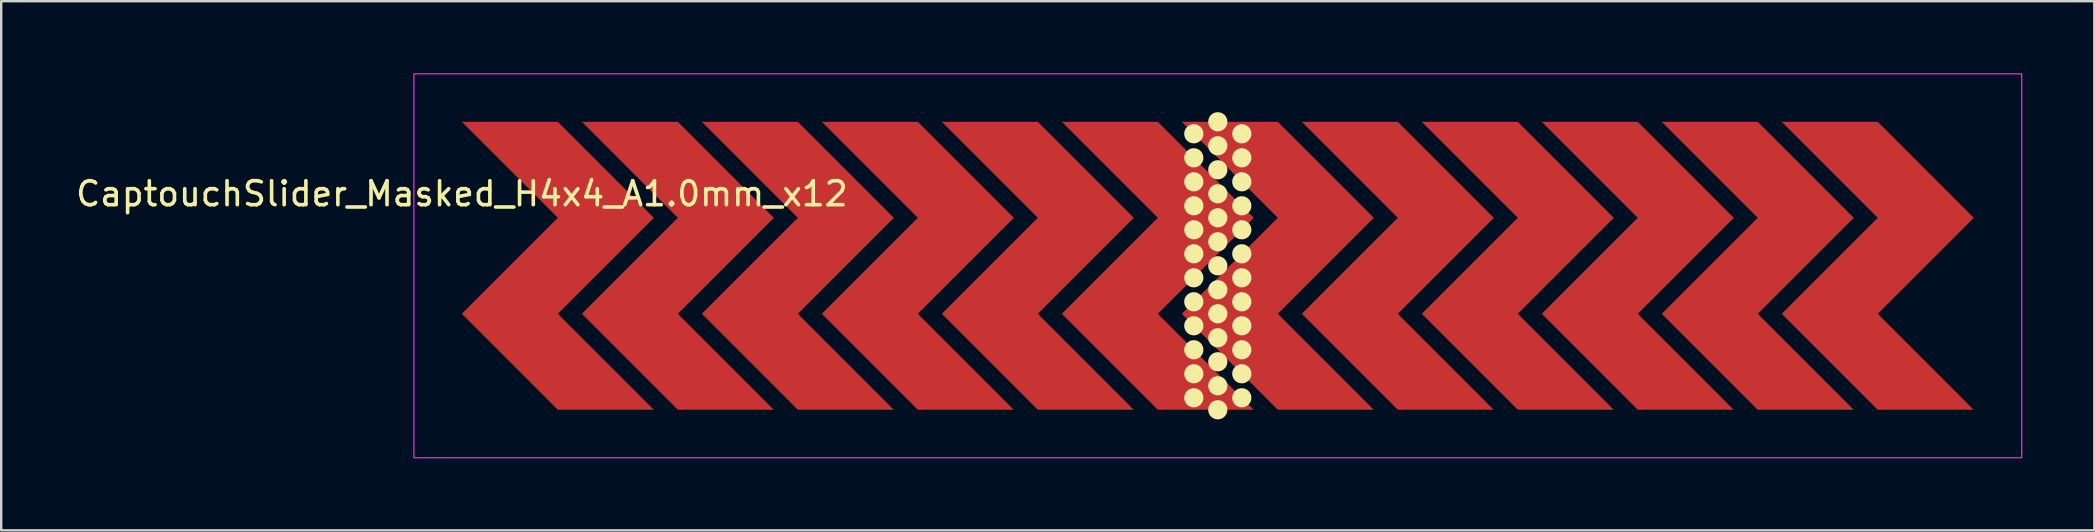
<source format=kicad_pcb>
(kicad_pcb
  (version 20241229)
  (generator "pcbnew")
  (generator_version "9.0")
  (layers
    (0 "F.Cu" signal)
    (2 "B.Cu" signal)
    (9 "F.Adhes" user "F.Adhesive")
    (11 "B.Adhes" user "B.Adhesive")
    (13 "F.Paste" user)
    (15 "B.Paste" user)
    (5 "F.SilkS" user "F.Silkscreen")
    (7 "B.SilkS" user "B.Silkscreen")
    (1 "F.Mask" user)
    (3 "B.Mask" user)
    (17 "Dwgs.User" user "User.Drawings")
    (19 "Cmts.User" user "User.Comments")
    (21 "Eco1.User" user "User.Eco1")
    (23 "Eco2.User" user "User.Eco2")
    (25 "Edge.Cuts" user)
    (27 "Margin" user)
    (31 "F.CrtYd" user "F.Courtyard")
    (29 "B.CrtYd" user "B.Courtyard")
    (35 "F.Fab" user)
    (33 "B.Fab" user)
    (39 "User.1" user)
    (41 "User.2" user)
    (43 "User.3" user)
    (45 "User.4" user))
  (footprint "CaptouchSlider_Masked_H4x4_A1.0mm_x12"
    (layer "F.Cu")
    (at 16.196 9.025)
    (property "Reference" "CaptouchSlider_Masked_H4x4_A1.0mm_x12" (at 0 -4 0) (layer "F.SilkS") (effects (font (size 1 1) (thickness 0.15))))
    (attr exclude_from_pos_files exclude_from_bom)
    (fp_circle (center 30.5 -6.5) (end 30.9 -6.5) (stroke (width 0) (type solid)) (fill yes) (layer "F.SilkS"))
    (fp_circle (center 30.5 -5.5) (end 30.9 -5.5) (stroke (width 0) (type solid)) (fill yes) (layer "F.SilkS"))
    (fp_circle (center 30.5 -4.5) (end 30.9 -4.5) (stroke (width 0) (type solid)) (fill yes) (layer "F.SilkS"))
    (fp_circle (center 30.5 -3.5) (end 30.9 -3.5) (stroke (width 0) (type solid)) (fill yes) (layer "F.SilkS"))
    (fp_circle (center 30.5 -2.5) (end 30.9 -2.5) (stroke (width 0) (type solid)) (fill yes) (layer "F.SilkS"))
    (fp_circle (center 30.5 -1.5) (end 30.9 -1.5) (stroke (width 0) (type solid)) (fill yes) (layer "F.SilkS"))
    (fp_circle (center 30.5 -0.5) (end 30.9 -0.5) (stroke (width 0) (type solid)) (fill yes) (layer "F.SilkS"))
    (fp_circle (center 30.5 0.5) (end 30.9 0.5) (stroke (width 0) (type solid)) (fill yes) (layer "F.SilkS"))
    (fp_circle (center 30.5 1.5) (end 30.9 1.5) (stroke (width 0) (type solid)) (fill yes) (layer "F.SilkS"))
    (fp_circle (center 30.5 2.5) (end 30.9 2.5) (stroke (width 0) (type solid)) (fill yes) (layer "F.SilkS"))
    (fp_circle (center 30.5 3.5) (end 30.9 3.5) (stroke (width 0) (type solid)) (fill yes) (layer "F.SilkS"))
    (fp_circle (center 30.5 4.5) (end 30.9 4.5) (stroke (width 0) (type solid)) (fill yes) (layer "F.SilkS"))
    (fp_circle (center 31.5 -7) (end 31.9 -7) (stroke (width 0) (type solid)) (fill yes) (layer "F.SilkS"))
    (fp_circle (center 31.5 -6) (end 31.9 -6) (stroke (width 0) (type solid)) (fill yes) (layer "F.SilkS"))
    (fp_circle (center 31.5 -5) (end 31.9 -5) (stroke (width 0) (type solid)) (fill yes) (layer "F.SilkS"))
    (fp_circle (center 31.5 -4) (end 31.9 -4) (stroke (width 0) (type solid)) (fill yes) (layer "F.SilkS"))
    (fp_circle (center 31.5 -3) (end 31.9 -3) (stroke (width 0) (type solid)) (fill yes) (layer "F.SilkS"))
    (fp_circle (center 31.5 -2) (end 31.9 -2) (stroke (width 0) (type solid)) (fill yes) (layer "F.SilkS"))
    (fp_circle (center 31.5 -1) (end 31.9 -1) (stroke (width 0) (type solid)) (fill yes) (layer "F.SilkS"))
    (fp_circle (center 31.5 0) (end 31.9 0) (stroke (width 0) (type solid)) (fill yes) (layer "F.SilkS"))
    (fp_circle (center 31.5 1) (end 31.9 1) (stroke (width 0) (type solid)) (fill yes) (layer "F.SilkS"))
    (fp_circle (center 31.5 2) (end 31.9 2) (stroke (width 0) (type solid)) (fill yes) (layer "F.SilkS"))
    (fp_circle (center 31.5 3) (end 31.9 3) (stroke (width 0) (type solid)) (fill yes) (layer "F.SilkS"))
    (fp_circle (center 31.5 4) (end 31.9 4) (stroke (width 0) (type solid)) (fill yes) (layer "F.SilkS"))
    (fp_circle (center 31.5 5) (end 31.9 5) (stroke (width 0) (type solid)) (fill yes) (layer "F.SilkS"))
    (fp_circle (center 32.5 -6.5) (end 32.9 -6.5) (stroke (width 0) (type solid)) (fill yes) (layer "F.SilkS"))
    (fp_circle (center 32.5 -5.5) (end 32.9 -5.5) (stroke (width 0) (type solid)) (fill yes) (layer "F.SilkS"))
    (fp_circle (center 32.5 -4.5) (end 32.9 -4.5) (stroke (width 0) (type solid)) (fill yes) (layer "F.SilkS"))
    (fp_circle (center 32.5 -3.5) (end 32.9 -3.5) (stroke (width 0) (type solid)) (fill yes) (layer "F.SilkS"))
    (fp_circle (center 32.5 -2.5) (end 32.9 -2.5) (stroke (width 0) (type solid)) (fill yes) (layer "F.SilkS"))
    (fp_circle (center 32.5 -1.5) (end 32.9 -1.5) (stroke (width 0) (type solid)) (fill yes) (layer "F.SilkS"))
    (fp_circle (center 32.5 -0.5) (end 32.9 -0.5) (stroke (width 0) (type solid)) (fill yes) (layer "F.SilkS"))
    (fp_circle (center 32.5 0.5) (end 32.9 0.5) (stroke (width 0) (type solid)) (fill yes) (layer "F.SilkS"))
    (fp_circle (center 32.5 1.5) (end 32.9 1.5) (stroke (width 0) (type solid)) (fill yes) (layer "F.SilkS"))
    (fp_circle (center 32.5 2.5) (end 32.9 2.5) (stroke (width 0) (type solid)) (fill yes) (layer "F.SilkS"))
    (fp_circle (center 32.5 3.5) (end 32.9 3.5) (stroke (width 0) (type solid)) (fill yes) (layer "F.SilkS"))
    (fp_circle (center 32.5 4.5) (end 32.9 4.5) (stroke (width 0) (type solid)) (fill yes) (layer "F.SilkS"))
    (fp_rect (start -2 -9) (end 65 7) (stroke (width 0.05) (type solid)) (fill no) (layer "F.CrtYd"))
    (pad "1" smd custom (at 5 -3 45) (size 1 1) (layers "F.Cu") (options (anchor rect)) (primitives (gr_poly (pts (xy 2.121 2.121) (xy -3.536 2.121) (xy -3.536 7.778) (xy -6.364 4.95) (xy -6.364 -0.707) (xy -0.707 -0.707) (xy -0.707 -6.364) (xy 2.121 -3.536)) (width 0) (fill yes))))
    (pad "2" smd custom (at 10 -3 45) (size 1 1) (layers "F.Cu") (options (anchor rect)) (primitives (gr_poly (pts (xy 2.121 2.121) (xy -3.536 2.121) (xy -3.536 7.778) (xy -6.364 4.95) (xy -6.364 -0.707) (xy -0.707 -0.707) (xy -0.707 -6.364) (xy 2.121 -3.536)) (width 0) (fill yes))))
    (pad "3" smd custom (at 15 -3 45) (size 1 1) (layers "F.Cu") (options (anchor rect)) (primitives (gr_poly (pts (xy 2.121 2.121) (xy -3.536 2.121) (xy -3.536 7.778) (xy -6.364 4.95) (xy -6.364 -0.707) (xy -0.707 -0.707) (xy -0.707 -6.364) (xy 2.121 -3.536)) (width 0) (fill yes))))
    (pad "4" smd custom (at 20 -3 45) (size 1 1) (layers "F.Cu") (options (anchor rect)) (primitives (gr_poly (pts (xy 2.121 2.121) (xy -3.536 2.121) (xy -3.536 7.778) (xy -6.364 4.95) (xy -6.364 -0.707) (xy -0.707 -0.707) (xy -0.707 -6.364) (xy 2.121 -3.536)) (width 0) (fill yes))))
    (pad "5" smd custom (at 25 -3 45) (size 1 1) (layers "F.Cu") (options (anchor rect)) (primitives (gr_poly (pts (xy 2.121 2.121) (xy -3.536 2.121) (xy -3.536 7.778) (xy -6.364 4.95) (xy -6.364 -0.707) (xy -0.707 -0.707) (xy -0.707 -6.364) (xy 2.121 -3.536)) (width 0) (fill yes))))
    (pad "6" smd custom (at 30 -3 45) (size 1 1) (layers "F.Cu") (options (anchor rect)) (primitives (gr_poly (pts (xy 2.121 2.121) (xy -3.536 2.121) (xy -3.536 7.778) (xy -6.364 4.95) (xy -6.364 -0.707) (xy -0.707 -0.707) (xy -0.707 -6.364) (xy 2.121 -3.536)) (width 0) (fill yes))))
    (pad "7" smd custom (at 35 -3 45) (size 1 1) (layers "F.Cu") (options (anchor rect)) (primitives (gr_poly (pts (xy 2.121 2.121) (xy -3.536 2.121) (xy -3.536 7.778) (xy -6.364 4.95) (xy -6.364 -0.707) (xy -0.707 -0.707) (xy -0.707 -6.364) (xy 2.121 -3.536)) (width 0) (fill yes))))
    (pad "8" smd custom (at 40 -3 45) (size 1 1) (layers "F.Cu") (options (anchor rect)) (primitives (gr_poly (pts (xy 2.121 2.121) (xy -3.536 2.121) (xy -3.536 7.778) (xy -6.364 4.95) (xy -6.364 -0.707) (xy -0.707 -0.707) (xy -0.707 -6.364) (xy 2.121 -3.536)) (width 0) (fill yes))))
    (pad "9" smd custom (at 45 -3 45) (size 1 1) (layers "F.Cu") (options (anchor rect)) (primitives (gr_poly (pts (xy 2.121 2.121) (xy -3.536 2.121) (xy -3.536 7.778) (xy -6.364 4.95) (xy -6.364 -0.707) (xy -0.707 -0.707) (xy -0.707 -6.364) (xy 2.121 -3.536)) (width 0) (fill yes))))
    (pad "10" smd custom (at 50 -3 45) (size 1 1) (layers "F.Cu") (options (anchor rect)) (primitives (gr_poly (pts (xy 2.121 2.121) (xy -3.536 2.121) (xy -3.536 7.778) (xy -6.364 4.95) (xy -6.364 -0.707) (xy -0.707 -0.707) (xy -0.707 -6.364) (xy 2.121 -3.536)) (width 0) (fill yes))))
    (pad "11" smd custom (at 55 -3 45) (size 1 1) (layers "F.Cu") (options (anchor rect)) (primitives (gr_poly (pts (xy 2.121 2.121) (xy -3.536 2.121) (xy -3.536 7.778) (xy -6.364 4.95) (xy -6.364 -0.707) (xy -0.707 -0.707) (xy -0.707 -6.364) (xy 2.121 -3.536)) (width 0) (fill yes))))
    (pad "12" smd custom (at 60 -3 45) (size 1 1) (layers "F.Cu") (options (anchor rect)) (primitives (gr_poly (pts (xy 2.121 2.121) (xy -3.536 2.121) (xy -3.536 7.778) (xy -6.364 4.95) (xy -6.364 -0.707) (xy -0.707 -0.707) (xy -0.707 -6.364) (xy 2.121 -3.536)) (width 0) (fill yes))))
    (zone (net_name "") (layer "F.Cu") (hatch edge 0.508) (connect_pads) (min_thickness 0.254) (filled_areas_thickness no) (keepout (tracks not_allowed) (vias not_allowed) (pads not_allowed) (copperpour not_allowed) (footprints allowed)) (placement (enabled no)) (fill) (polygon (pts (xy 20.196 6.025) (xy 16.196 10.025) (xy 20.196 14.025) (xy 19.196 14.025) (xy 15.196 10.025) (xy 19.196 6.025) (xy 15.196 2.025) (xy 16.196 2.025))))
    (zone (net_name "") (layer "F.Cu") (hatch edge 0.508) (connect_pads) (min_thickness 0.254) (filled_areas_thickness no) (keepout (tracks not_allowed) (vias not_allowed) (pads not_allowed) (copperpour not_allowed) (footprints allowed)) (placement (enabled no)) (fill) (polygon (pts (xy 25.196 6.025) (xy 21.196 10.025) (xy 25.196 14.025) (xy 24.196 14.025) (xy 20.196 10.025) (xy 24.196 6.025) (xy 20.196 2.025) (xy 21.196 2.025))))
    (zone (net_name "") (layer "F.Cu") (hatch edge 0.508) (connect_pads) (min_thickness 0.254) (filled_areas_thickness no) (keepout (tracks not_allowed) (vias not_allowed) (pads not_allowed) (copperpour not_allowed) (footprints allowed)) (placement (enabled no)) (fill) (polygon (pts (xy 30.196 6.025) (xy 26.196 10.025) (xy 30.196 14.025) (xy 29.196 14.025) (xy 25.196 10.025) (xy 29.196 6.025) (xy 25.196 2.025) (xy 26.196 2.025))))
    (zone (net_name "") (layer "F.Cu") (hatch edge 0.508) (connect_pads) (min_thickness 0.254) (filled_areas_thickness no) (keepout (tracks not_allowed) (vias not_allowed) (pads not_allowed) (copperpour not_allowed) (footprints allowed)) (placement (enabled no)) (fill) (polygon (pts (xy 35.196 6.025) (xy 31.196 10.025) (xy 35.196 14.025) (xy 34.196 14.025) (xy 30.196 10.025) (xy 34.196 6.025) (xy 30.196 2.025) (xy 31.196 2.025))))
    (zone (net_name "") (layer "F.Cu") (hatch edge 0.508) (connect_pads) (min_thickness 0.254) (filled_areas_thickness no) (keepout (tracks not_allowed) (vias not_allowed) (pads not_allowed) (copperpour not_allowed) (footprints allowed)) (placement (enabled no)) (fill) (polygon (pts (xy 40.196 6.025) (xy 36.196 10.025) (xy 40.196 14.025) (xy 39.196 14.025) (xy 35.196 10.025) (xy 39.196 6.025) (xy 35.196 2.025) (xy 36.196 2.025))))
    (zone (net_name "") (layer "F.Cu") (hatch edge 0.508) (connect_pads) (min_thickness 0.254) (filled_areas_thickness no) (keepout (tracks not_allowed) (vias not_allowed) (pads not_allowed) (copperpour not_allowed) (footprints allowed)) (placement (enabled no)) (fill) (polygon (pts (xy 45.196 6.025) (xy 41.196 10.025) (xy 45.196 14.025) (xy 44.196 14.025) (xy 40.196 10.025) (xy 44.196 6.025) (xy 40.196 2.025) (xy 41.196 2.025))))
    (zone (net_name "") (layer "F.Cu") (hatch edge 0.508) (connect_pads) (min_thickness 0.254) (filled_areas_thickness no) (keepout (tracks not_allowed) (vias not_allowed) (pads not_allowed) (copperpour not_allowed) (footprints allowed)) (placement (enabled no)) (fill) (polygon (pts (xy 50.196 6.025) (xy 46.196 10.025) (xy 50.196 14.025) (xy 49.196 14.025) (xy 45.196 10.025) (xy 49.196 6.025) (xy 45.196 2.025) (xy 46.196 2.025))))
    (zone (net_name "") (layer "F.Cu") (hatch edge 0.508) (connect_pads) (min_thickness 0.254) (filled_areas_thickness no) (keepout (tracks not_allowed) (vias not_allowed) (pads not_allowed) (copperpour not_allowed) (footprints allowed)) (placement (enabled no)) (fill) (polygon (pts (xy 55.196 6.025) (xy 51.196 10.025) (xy 55.196 14.025) (xy 54.196 14.025) (xy 50.196 10.025) (xy 54.196 6.025) (xy 50.196 2.025) (xy 51.196 2.025))))
    (zone (net_name "") (layer "F.Cu") (hatch edge 0.508) (connect_pads) (min_thickness 0.254) (filled_areas_thickness no) (keepout (tracks not_allowed) (vias not_allowed) (pads not_allowed) (copperpour not_allowed) (footprints allowed)) (placement (enabled no)) (fill) (polygon (pts (xy 60.196 6.025) (xy 56.196 10.025) (xy 60.196 14.025) (xy 59.196 14.025) (xy 55.196 10.025) (xy 59.196 6.025) (xy 55.196 2.025) (xy 56.196 2.025))))
    (zone (net_name "") (layer "F.Cu") (hatch edge 0.508) (connect_pads) (min_thickness 0.254) (filled_areas_thickness no) (keepout (tracks not_allowed) (vias not_allowed) (pads not_allowed) (copperpour not_allowed) (footprints allowed)) (placement (enabled no)) (fill) (polygon (pts (xy 65.196 6.025) (xy 61.196 10.025) (xy 65.196 14.025) (xy 64.196 14.025) (xy 60.196 10.025) (xy 64.196 6.025) (xy 60.196 2.025) (xy 61.196 2.025))))
    (zone (net_name "") (layer "F.Cu") (hatch edge 0.508) (connect_pads) (min_thickness 0.254) (filled_areas_thickness no) (keepout (tracks not_allowed) (vias not_allowed) (pads not_allowed) (copperpour not_allowed) (footprints allowed)) (placement (enabled no)) (fill) (polygon (pts (xy 70.196 6.025) (xy 66.196 10.025) (xy 70.196 14.025) (xy 69.196 14.025) (xy 65.196 10.025) (xy 69.196 6.025) (xy 65.196 2.025) (xy 66.196 2.025))))
    (zone (net_name "") (layer "F.Cu") (hatch edge 0.508) (connect_pads) (min_thickness 0.254) (filled_areas_thickness no) (keepout (tracks not_allowed) (vias not_allowed) (pads not_allowed) (copperpour not_allowed) (footprints allowed)) (placement (enabled no)) (fill) (polygon (pts (xy 75.196 6.025) (xy 71.196 10.025) (xy 75.196 14.025) (xy 74.196 14.025) (xy 70.196 10.025) (xy 74.196 6.025) (xy 70.196 2.025) (xy 71.196 2.025))))
    (zone (net_name "") (layer "F.Cu") (hatch edge 0.508) (connect_pads) (min_thickness 0.254) (filled_areas_thickness no) (keepout (tracks not_allowed) (vias not_allowed) (pads not_allowed) (copperpour not_allowed) (footprints allowed)) (placement (enabled no)) (fill) (polygon (pts (xy 80.196 6.025) (xy 76.196 10.025) (xy 80.196 14.025) (xy 79.196 14.025) (xy 75.196 10.025) (xy 79.196 6.025) (xy 75.196 2.025) (xy 76.196 2.025)))))
  (gr_rect
    (start -3 -3)
    (end 84.221 19.05)
    (stroke (width 0.1) (type default))
    (fill no)
    (layer "Edge.Cuts")))
</source>
